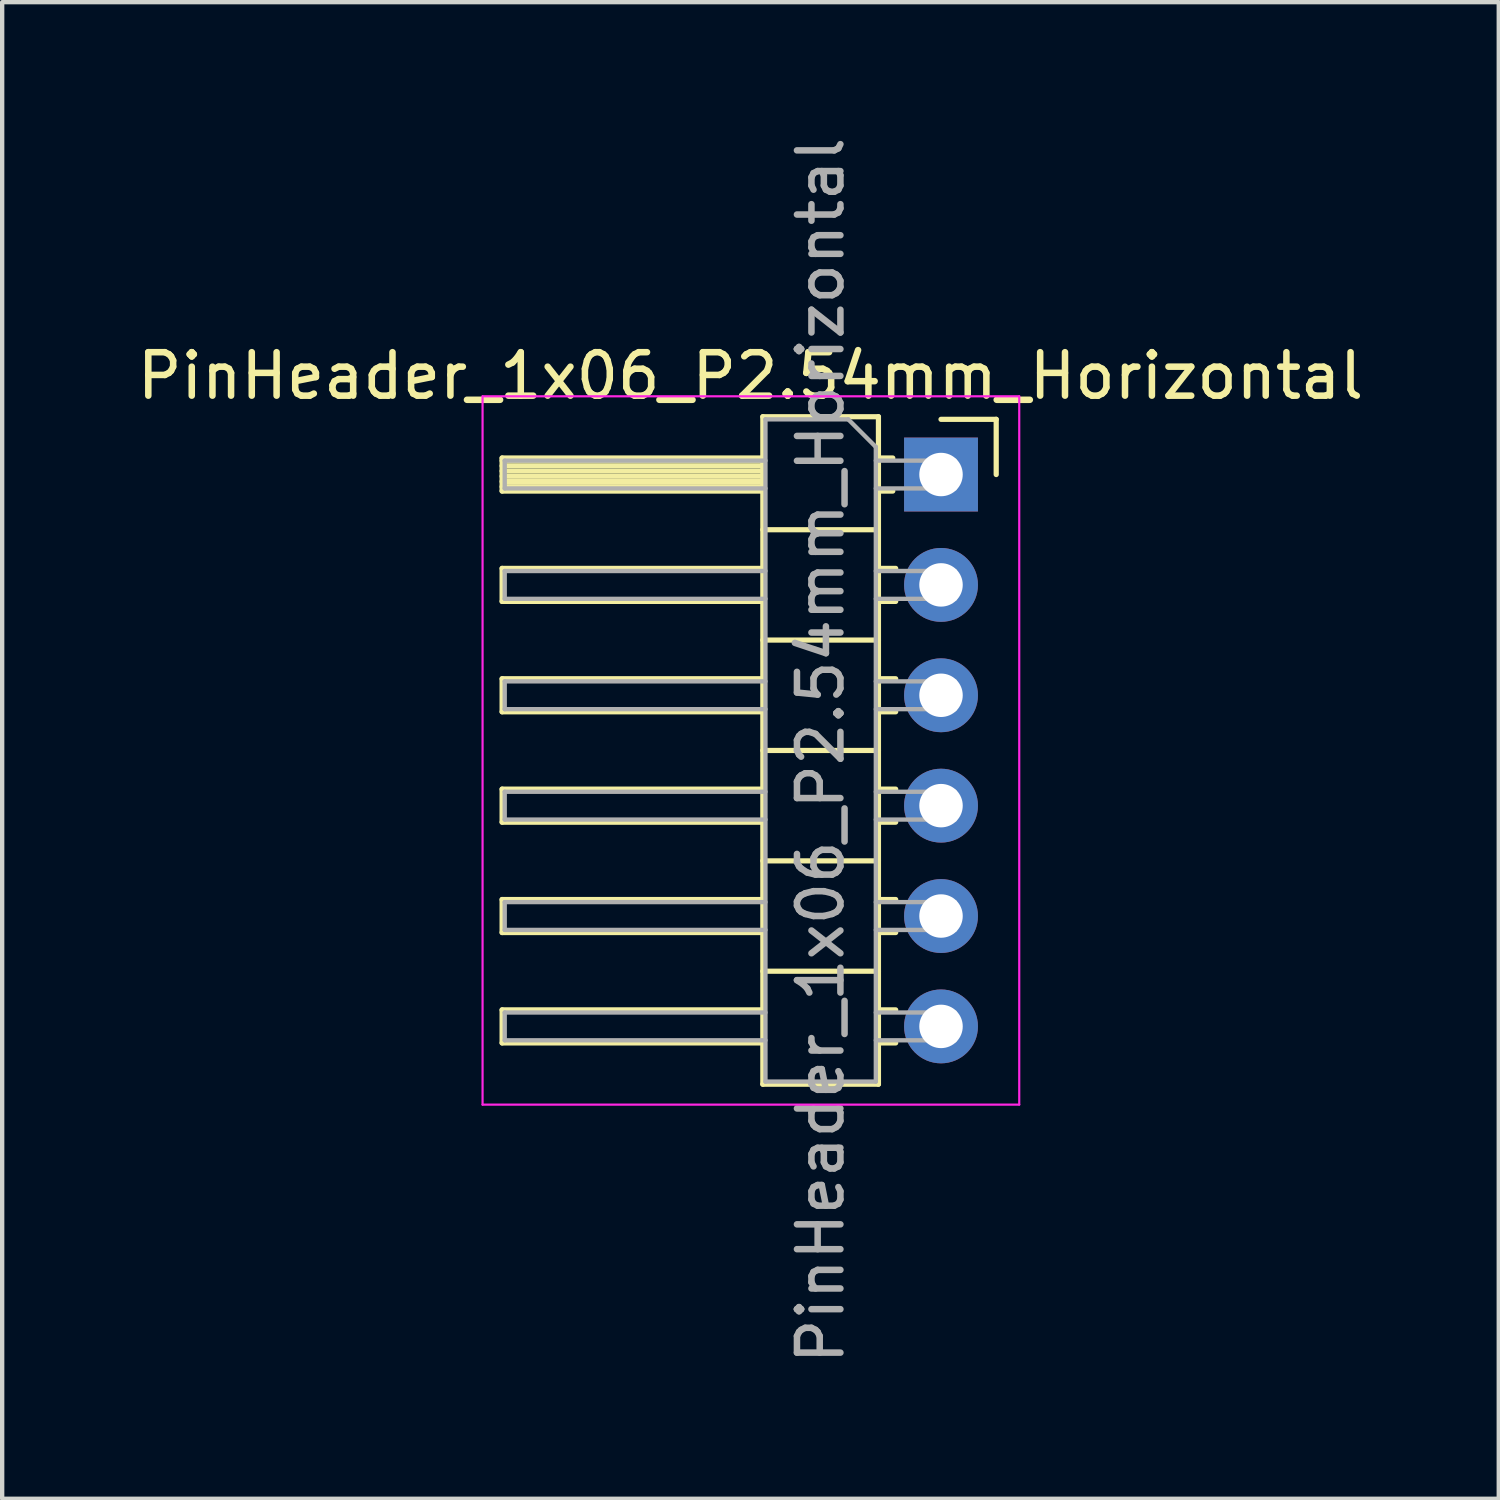
<source format=kicad_pcb>
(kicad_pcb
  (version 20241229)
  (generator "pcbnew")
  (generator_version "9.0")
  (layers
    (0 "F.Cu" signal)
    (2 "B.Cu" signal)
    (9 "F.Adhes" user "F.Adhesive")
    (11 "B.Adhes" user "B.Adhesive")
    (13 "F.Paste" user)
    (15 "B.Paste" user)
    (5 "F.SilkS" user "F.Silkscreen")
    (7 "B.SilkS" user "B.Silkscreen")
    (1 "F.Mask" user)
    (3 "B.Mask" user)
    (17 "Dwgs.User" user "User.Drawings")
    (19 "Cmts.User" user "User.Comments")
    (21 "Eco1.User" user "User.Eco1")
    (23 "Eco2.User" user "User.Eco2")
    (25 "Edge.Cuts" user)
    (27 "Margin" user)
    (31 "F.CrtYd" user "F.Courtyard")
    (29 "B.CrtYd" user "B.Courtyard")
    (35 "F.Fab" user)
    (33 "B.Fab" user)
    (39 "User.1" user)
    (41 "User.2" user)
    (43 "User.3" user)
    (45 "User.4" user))
  (footprint "PinHeader_1x06_P2.54mm_Horizontal"
    (layer "F.Cu")
    (at 5.905 7.87)
    (property "Reference" "PinHeader_1x06_P2.54mm_Horizontal" (at 8.315 -2.27 0) (layer "F.SilkS") (effects (font (size 1 1) (thickness 0.15))))
    (attr through_hole)
    (fp_line (start 2.6 -0.38) (end 2.6 0.38) (stroke (width 0.12) (type solid)) (layer "F.SilkS"))
    (fp_line (start 2.6 0.38) (end 8.6 0.38) (stroke (width 0.12) (type solid)) (layer "F.SilkS"))
    (fp_line (start 2.6 2.16) (end 2.6 2.92) (stroke (width 0.12) (type solid)) (layer "F.SilkS"))
    (fp_line (start 2.6 2.92) (end 8.6 2.92) (stroke (width 0.12) (type solid)) (layer "F.SilkS"))
    (fp_line (start 2.6 4.7) (end 2.6 5.46) (stroke (width 0.12) (type solid)) (layer "F.SilkS"))
    (fp_line (start 2.6 5.46) (end 8.6 5.46) (stroke (width 0.12) (type solid)) (layer "F.SilkS"))
    (fp_line (start 2.6 7.24) (end 2.6 8) (stroke (width 0.12) (type solid)) (layer "F.SilkS"))
    (fp_line (start 2.6 8) (end 8.6 8) (stroke (width 0.12) (type solid)) (layer "F.SilkS"))
    (fp_line (start 2.6 9.78) (end 2.6 10.54) (stroke (width 0.12) (type solid)) (layer "F.SilkS"))
    (fp_line (start 2.6 10.54) (end 8.6 10.54) (stroke (width 0.12) (type solid)) (layer "F.SilkS"))
    (fp_line (start 2.6 12.32) (end 2.6 13.08) (stroke (width 0.12) (type solid)) (layer "F.SilkS"))
    (fp_line (start 2.6 13.08) (end 8.6 13.08) (stroke (width 0.12) (type solid)) (layer "F.SilkS"))
    (fp_line (start 8.6 -1.33) (end 11.26 -1.33) (stroke (width 0.12) (type solid)) (layer "F.SilkS"))
    (fp_line (start 8.6 -0.38) (end 2.6 -0.38) (stroke (width 0.12) (type solid)) (layer "F.SilkS"))
    (fp_line (start 8.6 -0.32) (end 2.6 -0.32) (stroke (width 0.12) (type solid)) (layer "F.SilkS"))
    (fp_line (start 8.6 -0.2) (end 2.6 -0.2) (stroke (width 0.12) (type solid)) (layer "F.SilkS"))
    (fp_line (start 8.6 -0.08) (end 2.6 -0.08) (stroke (width 0.12) (type solid)) (layer "F.SilkS"))
    (fp_line (start 8.6 0.04) (end 2.6 0.04) (stroke (width 0.12) (type solid)) (layer "F.SilkS"))
    (fp_line (start 8.6 0.16) (end 2.6 0.16) (stroke (width 0.12) (type solid)) (layer "F.SilkS"))
    (fp_line (start 8.6 0.28) (end 2.6 0.28) (stroke (width 0.12) (type solid)) (layer "F.SilkS"))
    (fp_line (start 8.6 2.16) (end 2.6 2.16) (stroke (width 0.12) (type solid)) (layer "F.SilkS"))
    (fp_line (start 8.6 4.7) (end 2.6 4.7) (stroke (width 0.12) (type solid)) (layer "F.SilkS"))
    (fp_line (start 8.6 7.24) (end 2.6 7.24) (stroke (width 0.12) (type solid)) (layer "F.SilkS"))
    (fp_line (start 8.6 9.78) (end 2.6 9.78) (stroke (width 0.12) (type solid)) (layer "F.SilkS"))
    (fp_line (start 8.6 12.32) (end 2.6 12.32) (stroke (width 0.12) (type solid)) (layer "F.SilkS"))
    (fp_line (start 8.6 14.03) (end 8.6 -1.33) (stroke (width 0.12) (type solid)) (layer "F.SilkS"))
    (fp_line (start 11.26 -1.33) (end 11.26 14.03) (stroke (width 0.12) (type solid)) (layer "F.SilkS"))
    (fp_line (start 11.26 1.27) (end 8.6 1.27) (stroke (width 0.12) (type solid)) (layer "F.SilkS"))
    (fp_line (start 11.26 3.81) (end 8.6 3.81) (stroke (width 0.12) (type solid)) (layer "F.SilkS"))
    (fp_line (start 11.26 6.35) (end 8.6 6.35) (stroke (width 0.12) (type solid)) (layer "F.SilkS"))
    (fp_line (start 11.26 8.89) (end 8.6 8.89) (stroke (width 0.12) (type solid)) (layer "F.SilkS"))
    (fp_line (start 11.26 11.43) (end 8.6 11.43) (stroke (width 0.12) (type solid)) (layer "F.SilkS"))
    (fp_line (start 11.26 14.03) (end 8.6 14.03) (stroke (width 0.12) (type solid)) (layer "F.SilkS"))
    (fp_line (start 11.59 -0.38) (end 11.26 -0.38) (stroke (width 0.12) (type solid)) (layer "F.SilkS"))
    (fp_line (start 11.59 0.38) (end 11.26 0.38) (stroke (width 0.12) (type solid)) (layer "F.SilkS"))
    (fp_line (start 11.657 2.16) (end 11.26 2.16) (stroke (width 0.12) (type solid)) (layer "F.SilkS"))
    (fp_line (start 11.657 2.92) (end 11.26 2.92) (stroke (width 0.12) (type solid)) (layer "F.SilkS"))
    (fp_line (start 11.657 4.7) (end 11.26 4.7) (stroke (width 0.12) (type solid)) (layer "F.SilkS"))
    (fp_line (start 11.657 5.46) (end 11.26 5.46) (stroke (width 0.12) (type solid)) (layer "F.SilkS"))
    (fp_line (start 11.657 7.24) (end 11.26 7.24) (stroke (width 0.12) (type solid)) (layer "F.SilkS"))
    (fp_line (start 11.657 8) (end 11.26 8) (stroke (width 0.12) (type solid)) (layer "F.SilkS"))
    (fp_line (start 11.657 9.78) (end 11.26 9.78) (stroke (width 0.12) (type solid)) (layer "F.SilkS"))
    (fp_line (start 11.657 10.54) (end 11.26 10.54) (stroke (width 0.12) (type solid)) (layer "F.SilkS"))
    (fp_line (start 11.657 12.32) (end 11.26 12.32) (stroke (width 0.12) (type solid)) (layer "F.SilkS"))
    (fp_line (start 11.657 13.08) (end 11.26 13.08) (stroke (width 0.12) (type solid)) (layer "F.SilkS"))
    (fp_line (start 13.97 -1.27) (end 12.7 -1.27) (stroke (width 0.12) (type solid)) (layer "F.SilkS"))
    (fp_line (start 13.97 0) (end 13.97 -1.27) (stroke (width 0.12) (type solid)) (layer "F.SilkS"))
    (fp_line (start 2.15 -1.8) (end 14.5 -1.8) (stroke (width 0.05) (type solid)) (layer "F.CrtYd"))
    (fp_line (start 2.15 14.5) (end 2.15 -1.8) (stroke (width 0.05) (type solid)) (layer "F.CrtYd"))
    (fp_line (start 14.5 -1.8) (end 14.5 14.5) (stroke (width 0.05) (type solid)) (layer "F.CrtYd"))
    (fp_line (start 14.5 14.5) (end 2.15 14.5) (stroke (width 0.05) (type solid)) (layer "F.CrtYd"))
    (fp_line (start 2.66 -0.32) (end 2.66 0.32) (stroke (width 0.1) (type solid)) (layer "F.Fab"))
    (fp_line (start 2.66 2.22) (end 2.66 2.86) (stroke (width 0.1) (type solid)) (layer "F.Fab"))
    (fp_line (start 2.66 4.76) (end 2.66 5.4) (stroke (width 0.1) (type solid)) (layer "F.Fab"))
    (fp_line (start 2.66 7.3) (end 2.66 7.94) (stroke (width 0.1) (type solid)) (layer "F.Fab"))
    (fp_line (start 2.66 9.84) (end 2.66 10.48) (stroke (width 0.1) (type solid)) (layer "F.Fab"))
    (fp_line (start 2.66 12.38) (end 2.66 13.02) (stroke (width 0.1) (type solid)) (layer "F.Fab"))
    (fp_line (start 8.66 -1.27) (end 8.66 13.97) (stroke (width 0.1) (type solid)) (layer "F.Fab"))
    (fp_line (start 8.66 -0.32) (end 2.66 -0.32) (stroke (width 0.1) (type solid)) (layer "F.Fab"))
    (fp_line (start 8.66 0.32) (end 2.66 0.32) (stroke (width 0.1) (type solid)) (layer "F.Fab"))
    (fp_line (start 8.66 2.22) (end 2.66 2.22) (stroke (width 0.1) (type solid)) (layer "F.Fab"))
    (fp_line (start 8.66 2.86) (end 2.66 2.86) (stroke (width 0.1) (type solid)) (layer "F.Fab"))
    (fp_line (start 8.66 4.76) (end 2.66 4.76) (stroke (width 0.1) (type solid)) (layer "F.Fab"))
    (fp_line (start 8.66 5.4) (end 2.66 5.4) (stroke (width 0.1) (type solid)) (layer "F.Fab"))
    (fp_line (start 8.66 7.3) (end 2.66 7.3) (stroke (width 0.1) (type solid)) (layer "F.Fab"))
    (fp_line (start 8.66 7.94) (end 2.66 7.94) (stroke (width 0.1) (type solid)) (layer "F.Fab"))
    (fp_line (start 8.66 9.84) (end 2.66 9.84) (stroke (width 0.1) (type solid)) (layer "F.Fab"))
    (fp_line (start 8.66 10.48) (end 2.66 10.48) (stroke (width 0.1) (type solid)) (layer "F.Fab"))
    (fp_line (start 8.66 12.38) (end 2.66 12.38) (stroke (width 0.1) (type solid)) (layer "F.Fab"))
    (fp_line (start 8.66 13.02) (end 2.66 13.02) (stroke (width 0.1) (type solid)) (layer "F.Fab"))
    (fp_line (start 8.66 13.97) (end 11.2 13.97) (stroke (width 0.1) (type solid)) (layer "F.Fab"))
    (fp_line (start 10.565 -1.27) (end 8.66 -1.27) (stroke (width 0.1) (type solid)) (layer "F.Fab"))
    (fp_line (start 11.2 -0.635) (end 10.565 -1.27) (stroke (width 0.1) (type solid)) (layer "F.Fab"))
    (fp_line (start 11.2 13.97) (end 11.2 -0.635) (stroke (width 0.1) (type solid)) (layer "F.Fab"))
    (fp_line (start 13.02 -0.32) (end 11.2 -0.32) (stroke (width 0.1) (type solid)) (layer "F.Fab"))
    (fp_line (start 13.02 -0.32) (end 13.02 0.32) (stroke (width 0.1) (type solid)) (layer "F.Fab"))
    (fp_line (start 13.02 0.32) (end 11.2 0.32) (stroke (width 0.1) (type solid)) (layer "F.Fab"))
    (fp_line (start 13.02 2.22) (end 11.2 2.22) (stroke (width 0.1) (type solid)) (layer "F.Fab"))
    (fp_line (start 13.02 2.22) (end 13.02 2.86) (stroke (width 0.1) (type solid)) (layer "F.Fab"))
    (fp_line (start 13.02 2.86) (end 11.2 2.86) (stroke (width 0.1) (type solid)) (layer "F.Fab"))
    (fp_line (start 13.02 4.76) (end 11.2 4.76) (stroke (width 0.1) (type solid)) (layer "F.Fab"))
    (fp_line (start 13.02 4.76) (end 13.02 5.4) (stroke (width 0.1) (type solid)) (layer "F.Fab"))
    (fp_line (start 13.02 5.4) (end 11.2 5.4) (stroke (width 0.1) (type solid)) (layer "F.Fab"))
    (fp_line (start 13.02 7.3) (end 11.2 7.3) (stroke (width 0.1) (type solid)) (layer "F.Fab"))
    (fp_line (start 13.02 7.3) (end 13.02 7.94) (stroke (width 0.1) (type solid)) (layer "F.Fab"))
    (fp_line (start 13.02 7.94) (end 11.2 7.94) (stroke (width 0.1) (type solid)) (layer "F.Fab"))
    (fp_line (start 13.02 9.84) (end 11.2 9.84) (stroke (width 0.1) (type solid)) (layer "F.Fab"))
    (fp_line (start 13.02 9.84) (end 13.02 10.48) (stroke (width 0.1) (type solid)) (layer "F.Fab"))
    (fp_line (start 13.02 10.48) (end 11.2 10.48) (stroke (width 0.1) (type solid)) (layer "F.Fab"))
    (fp_line (start 13.02 12.38) (end 11.2 12.38) (stroke (width 0.1) (type solid)) (layer "F.Fab"))
    (fp_line (start 13.02 12.38) (end 13.02 13.02) (stroke (width 0.1) (type solid)) (layer "F.Fab"))
    (fp_line (start 13.02 13.02) (end 11.2 13.02) (stroke (width 0.1) (type solid)) (layer "F.Fab"))
    (fp_text user "${REFERENCE}" (at 9.93 6.35 90) (layer "F.Fab") (effects (font (size 1 1) (thickness 0.15))))
    (pad "1" thru_hole rect (at 12.7 0) (size 1.7 1.7) (drill 1) (layers "*.Cu" "*.Mask"))
    (pad "2" thru_hole oval (at 12.7 2.54) (size 1.7 1.7) (drill 1) (layers "*.Cu" "*.Mask"))
    (pad "3" thru_hole oval (at 12.7 5.08) (size 1.7 1.7) (drill 1) (layers "*.Cu" "*.Mask"))
    (pad "4" thru_hole oval (at 12.7 7.62) (size 1.7 1.7) (drill 1) (layers "*.Cu" "*.Mask"))
    (pad "5" thru_hole oval (at 12.7 10.16) (size 1.7 1.7) (drill 1) (layers "*.Cu" "*.Mask"))
    (pad "6" thru_hole oval (at 12.7 12.7) (size 1.7 1.7) (drill 1) (layers "*.Cu" "*.Mask")))
  (gr_rect
    (start -3 -3)
    (end 31.44 31.44)
    (stroke (width 0.1) (type default))
    (fill no)
    (layer "Edge.Cuts")))
</source>
